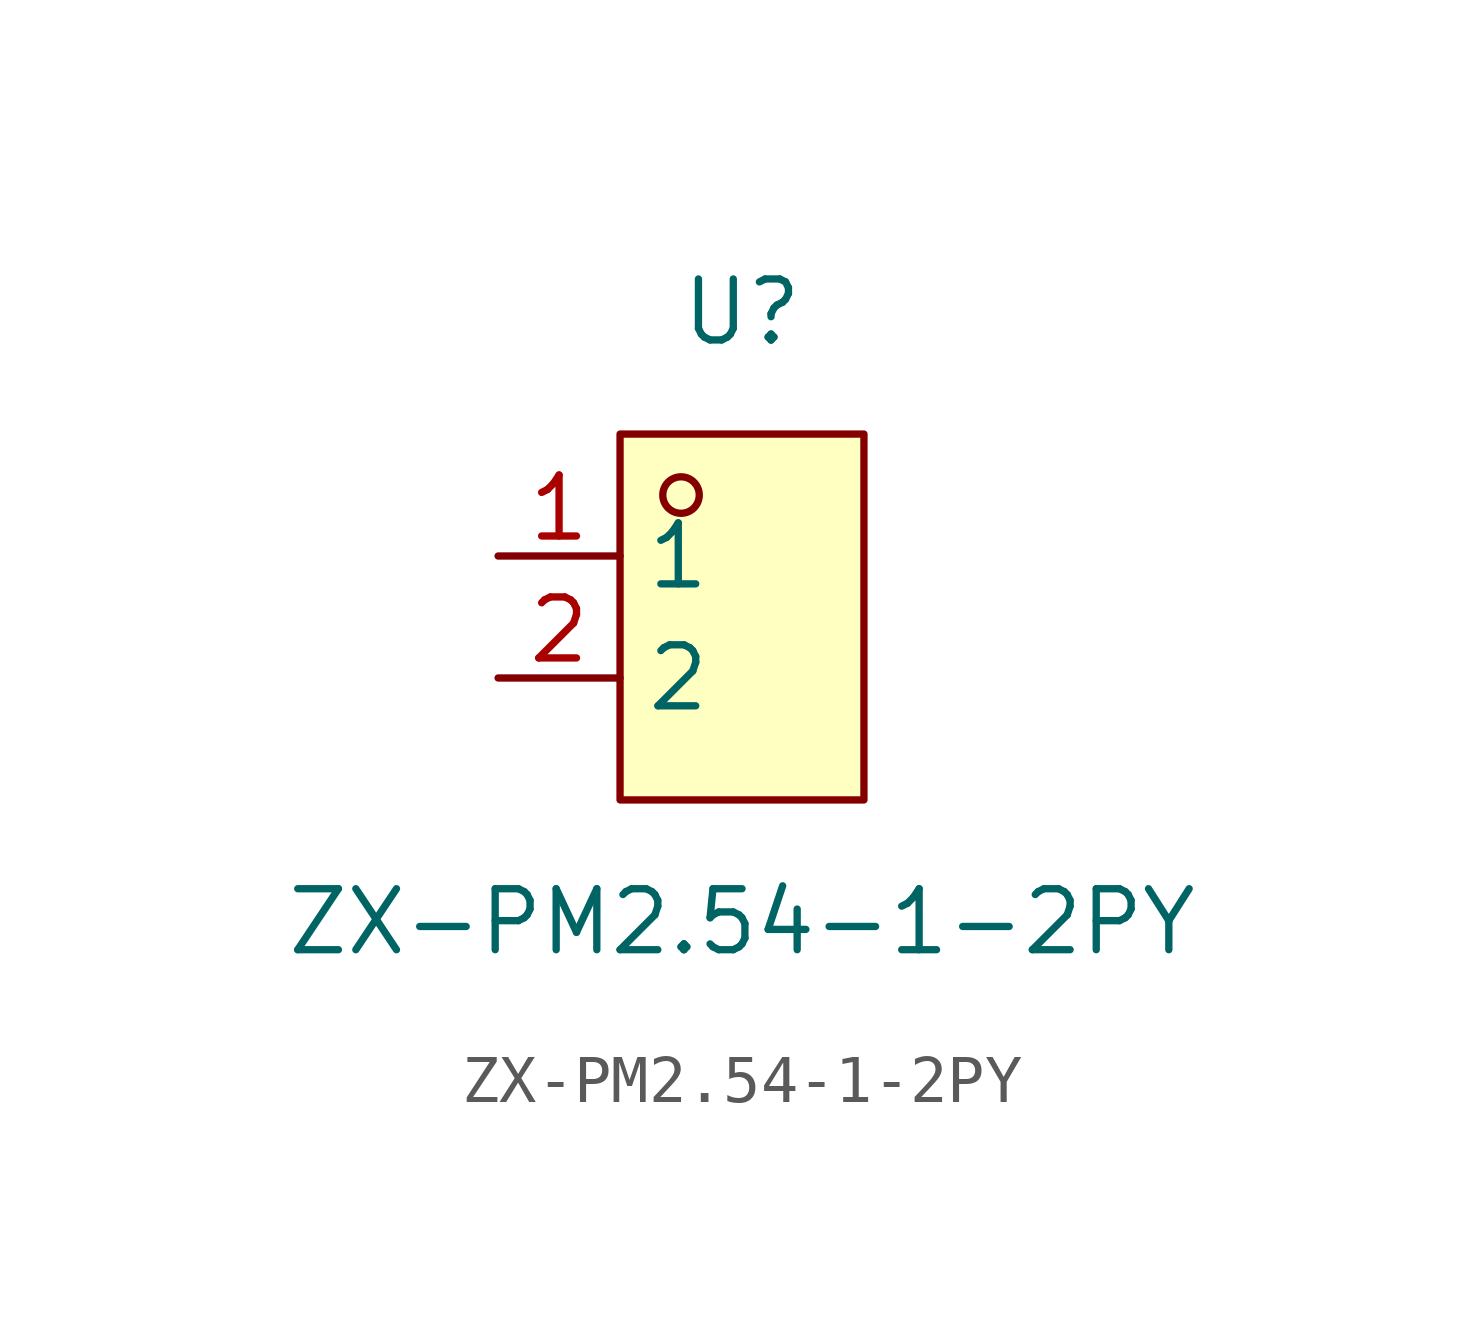
<source format=kicad_sym>
(kicad_symbol_lib
  (version 20211014)
  (generator https://github.com/uPesy/easyeda2kicad.py)
  (symbol "ZX-PM2.54-1-2PY"
    (property "Reference" "U"
      (at 0 6.35 0)
      (effects (font (size 1.27 1.27))))
    (property "Value" "ZX-PM2.54-1-2PY"
      (at 0 -6.35 0)
      (effects (font (size 1.27 1.27))))
    (symbol "ZX-PM2.54-1-2PY_0_1"
      (rectangle (start -2.54 3.81) (end 2.54 -3.81) (stroke (width 0) (type default) (color 0 0 0 0)) (fill (type background)))
      (circle (center -1.27 2.54) (radius 0.38) (stroke (width 0) (type default) (color 0 0 0 0)) (fill (type none)))
      (pin unspecified line (at -5.08 1.27 0) (length 2.54) (name "1" (effects (font (size 1.27 1.27)))) (number "1" (effects (font (size 1.27 1.27)))))
      (pin unspecified line (at -5.08 -1.27 0) (length 2.54) (name "2" (effects (font (size 1.27 1.27)))) (number "2" (effects (font (size 1.27 1.27))))))))
</source>
